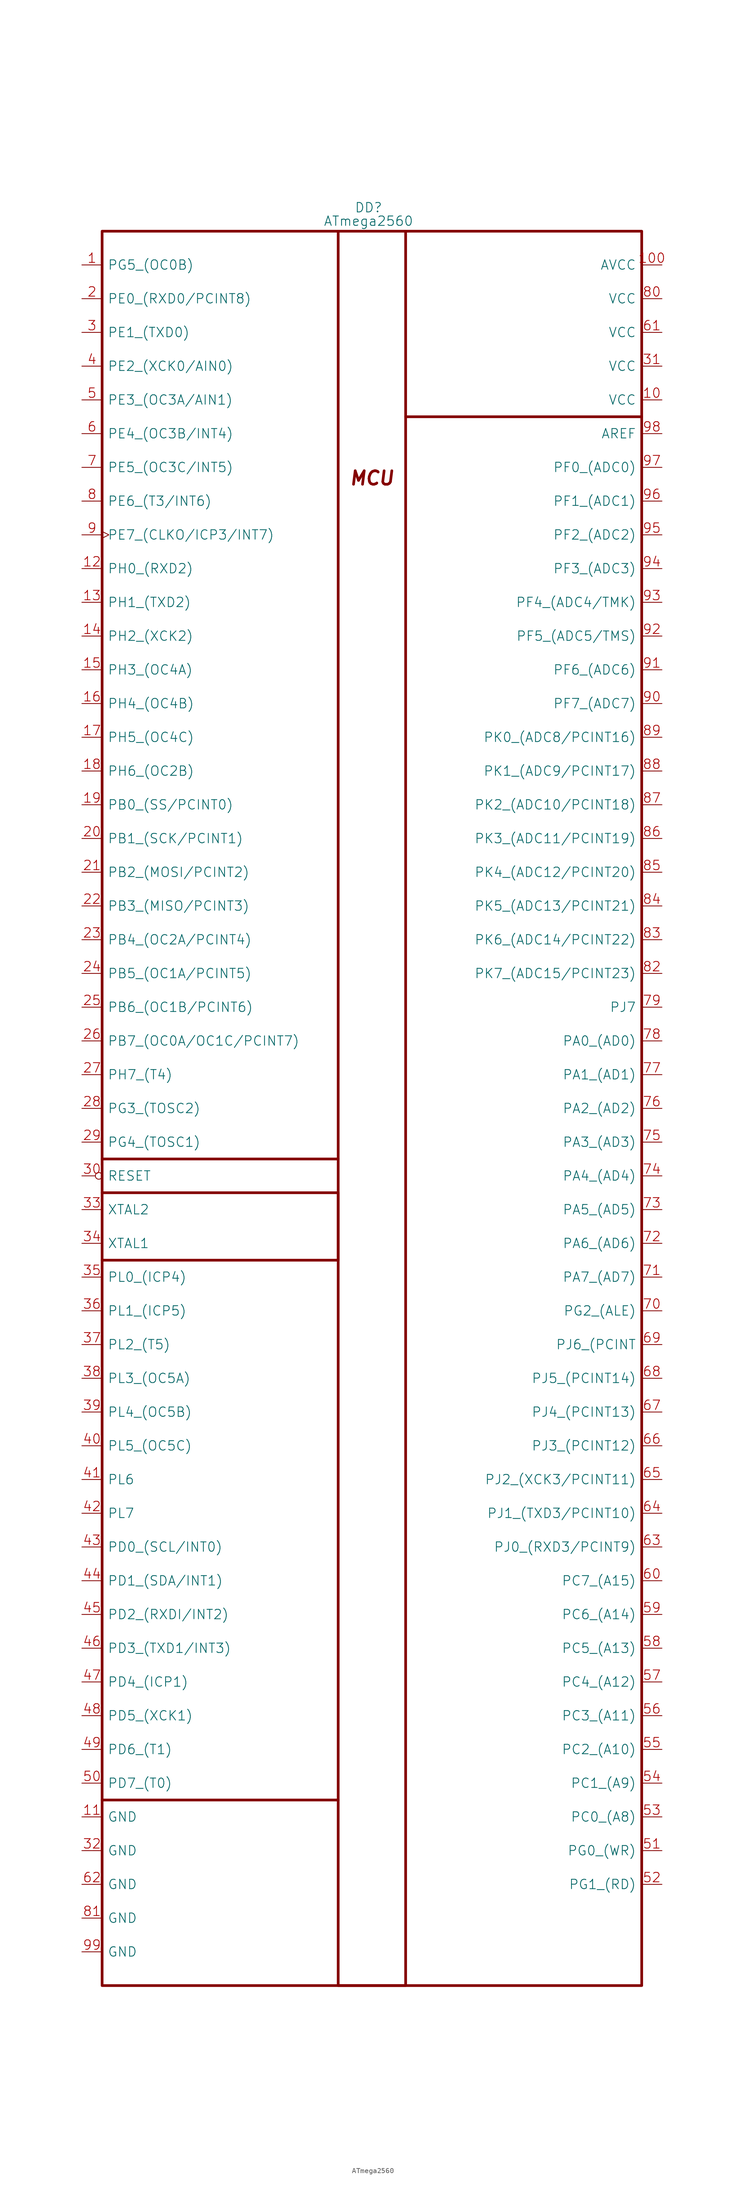
<source format=kicad_sym>
(kicad_symbol_lib
  (version 20211014)
  (generator kicad_symbol_editor)
  (symbol "ATmega2560"
    (pin_names
      (offset 1.016))
    (property "Reference" "DD"
      (at -0.635 56.515 0)
      (effects (font (size 1.778 1.778))))
    (property "Value" "ATmega2560"
      (at -0.635 53.975 0)
      (effects (font (size 1.778 1.778))))
    (symbol "ATmega2560_0_1"
      (rectangle (start -50.8 52.07) (end 50.8 -278.13) (stroke (width 0.508) (type default) (color 0 0 0 0)) (fill (type none)))
      (polyline (pts (xy -50.8 -243.205) (xy -6.35 -243.205)) (stroke (width 0.508) (type default) (color 0 0 0 0)) (fill (type none)))
      (polyline (pts (xy -50.8 -122.555) (xy -6.35 -122.555)) (stroke (width 0.508) (type default) (color 0 0 0 0)) (fill (type none)))
      (polyline (pts (xy 50.8 17.145) (xy 6.35 17.145)) (stroke (width 0.508) (type default) (color 0 0 0 0)) (fill (type none)))
      (polyline (pts (xy -50.8 -128.905) (xy -6.35 -128.905) (xy -6.35 -141.605) (xy -50.8 -141.605)) (stroke (width 0.508) (type default) (color 0 0 0 0)) (fill (type none)))
      (polyline (pts (xy -6.35 52.07) (xy -6.35 -278.13) (xy 6.35 -278.13) (xy 6.35 52.07)) (stroke (width 0.508) (type default) (color 0 0 0 0)) (fill (type none))))
    (symbol "ATmega2560_1_1"
      (text "MCU" (at 0 5.588 0) (effects (font (size 2.54 2.54) bold italic)))
      (pin input line (at -54.61 45.72 0) (length 3.81) (name "PG5_(OC0B)" (effects (font (size 1.778 1.778)))) (number "1" (effects (font (size 1.778 1.778)))))
      (pin power_in line (at 54.61 20.32 180) (length 3.81) (name "VCC" (effects (font (size 1.778 1.778)))) (number "10" (effects (font (size 1.778 1.778)))))
      (pin power_in line (at 54.61 45.72 180) (length 3.81) (name "AVCC" (effects (font (size 1.778 1.778)))) (number "100" (effects (font (size 1.778 1.778)))))
      (pin power_in line (at -54.61 -246.38 0) (length 3.81) (name "GND" (effects (font (size 1.778 1.778)))) (number "11" (effects (font (size 1.778 1.778)))))
      (pin input line (at -54.61 -11.43 0) (length 3.81) (name "PH0_(RXD2)" (effects (font (size 1.778 1.778)))) (number "12" (effects (font (size 1.778 1.778)))))
      (pin input line (at -54.61 -17.78 0) (length 3.81) (name "PH1_(TXD2)" (effects (font (size 1.778 1.778)))) (number "13" (effects (font (size 1.778 1.778)))))
      (pin input line (at -54.61 -24.13 0) (length 3.81) (name "PH2_(XCK2)" (effects (font (size 1.778 1.778)))) (number "14" (effects (font (size 1.778 1.778)))))
      (pin input line (at -54.61 -30.48 0) (length 3.81) (name "PH3_(OC4A)" (effects (font (size 1.778 1.778)))) (number "15" (effects (font (size 1.778 1.778)))))
      (pin input line (at -54.61 -36.83 0) (length 3.81) (name "PH4_(OC4B)" (effects (font (size 1.778 1.778)))) (number "16" (effects (font (size 1.778 1.778)))))
      (pin input line (at -54.61 -43.18 0) (length 3.81) (name "PH5_(OC4C)" (effects (font (size 1.778 1.778)))) (number "17" (effects (font (size 1.778 1.778)))))
      (pin input line (at -54.61 -49.53 0) (length 3.81) (name "PH6_(OC2B)" (effects (font (size 1.778 1.778)))) (number "18" (effects (font (size 1.778 1.778)))))
      (pin input line (at -54.61 -55.88 0) (length 3.81) (name "PB0_(SS/PCINT0)" (effects (font (size 1.778 1.778)))) (number "19" (effects (font (size 1.778 1.778)))))
      (pin input line (at -54.61 39.37 0) (length 3.81) (name "PE0_(RXD0/PCINT8)" (effects (font (size 1.778 1.778)))) (number "2" (effects (font (size 1.778 1.778)))))
      (pin input line (at -54.61 -62.23 0) (length 3.81) (name "PB1_(SCK/PCINT1)" (effects (font (size 1.778 1.778)))) (number "20" (effects (font (size 1.778 1.778)))))
      (pin input line (at -54.61 -68.58 0) (length 3.81) (name "PB2_(MOSI/PCINT2)" (effects (font (size 1.778 1.778)))) (number "21" (effects (font (size 1.778 1.778)))))
      (pin input line (at -54.61 -74.93 0) (length 3.81) (name "PB3_(MISO/PCINT3)" (effects (font (size 1.778 1.778)))) (number "22" (effects (font (size 1.778 1.778)))))
      (pin input line (at -54.61 -81.28 0) (length 3.81) (name "PB4_(OC2A/PCINT4)" (effects (font (size 1.778 1.778)))) (number "23" (effects (font (size 1.778 1.778)))))
      (pin input line (at -54.61 -87.63 0) (length 3.81) (name "PB5_(OC1A/PCINT5)" (effects (font (size 1.778 1.778)))) (number "24" (effects (font (size 1.778 1.778)))))
      (pin input line (at -54.61 -93.98 0) (length 3.81) (name "PB6_(OC1B/PCINT6)" (effects (font (size 1.778 1.778)))) (number "25" (effects (font (size 1.778 1.778)))))
      (pin input line (at -54.61 -100.33 0) (length 3.81) (name "PB7_(OC0A/OC1C/PCINT7)" (effects (font (size 1.778 1.778)))) (number "26" (effects (font (size 1.778 1.778)))))
      (pin input line (at -54.61 -106.68 0) (length 3.81) (name "PH7_(T4)" (effects (font (size 1.778 1.778)))) (number "27" (effects (font (size 1.778 1.778)))))
      (pin input line (at -54.61 -113.03 0) (length 3.81) (name "PG3_(TOSC2)" (effects (font (size 1.778 1.778)))) (number "28" (effects (font (size 1.778 1.778)))))
      (pin input line (at -54.61 -119.38 0) (length 3.81) (name "PG4_(TOSC1)" (effects (font (size 1.778 1.778)))) (number "29" (effects (font (size 1.778 1.778)))))
      (pin input line (at -54.61 33.02 0) (length 3.81) (name "PE1_(TXD0)" (effects (font (size 1.778 1.778)))) (number "3" (effects (font (size 1.778 1.778)))))
      (pin input inverted (at -54.61 -125.73 0) (length 3.81) (name "RESET" (effects (font (size 1.778 1.778)))) (number "30" (effects (font (size 1.778 1.778)))))
      (pin power_in line (at 54.61 26.67 180) (length 3.81) (name "VCC" (effects (font (size 1.778 1.778)))) (number "31" (effects (font (size 1.778 1.778)))))
      (pin power_in line (at -54.61 -252.73 0) (length 3.81) (name "GND" (effects (font (size 1.778 1.778)))) (number "32" (effects (font (size 1.778 1.778)))))
      (pin input line (at -54.61 -132.08 0) (length 3.81) (name "XTAL2" (effects (font (size 1.778 1.778)))) (number "33" (effects (font (size 1.778 1.778)))))
      (pin input line (at -54.61 -138.43 0) (length 3.81) (name "XTAL1" (effects (font (size 1.778 1.778)))) (number "34" (effects (font (size 1.778 1.778)))))
      (pin input line (at -54.61 -144.78 0) (length 3.81) (name "PL0_(ICP4)" (effects (font (size 1.778 1.778)))) (number "35" (effects (font (size 1.778 1.778)))))
      (pin input line (at -54.61 -151.13 0) (length 3.81) (name "PL1_(ICP5)" (effects (font (size 1.778 1.778)))) (number "36" (effects (font (size 1.778 1.778)))))
      (pin input line (at -54.61 -157.48 0) (length 3.81) (name "PL2_(T5)" (effects (font (size 1.778 1.778)))) (number "37" (effects (font (size 1.778 1.778)))))
      (pin input line (at -54.61 -163.83 0) (length 3.81) (name "PL3_(OC5A)" (effects (font (size 1.778 1.778)))) (number "38" (effects (font (size 1.778 1.778)))))
      (pin input line (at -54.61 -170.18 0) (length 3.81) (name "PL4_(OC5B)" (effects (font (size 1.778 1.778)))) (number "39" (effects (font (size 1.778 1.778)))))
      (pin input line (at -54.61 26.67 0) (length 3.81) (name "PE2_(XCK0/AIN0)" (effects (font (size 1.778 1.778)))) (number "4" (effects (font (size 1.778 1.778)))))
      (pin input line (at -54.61 -176.53 0) (length 3.81) (name "PL5_(OC5C)" (effects (font (size 1.778 1.778)))) (number "40" (effects (font (size 1.778 1.778)))))
      (pin input line (at -54.61 -182.88 0) (length 3.81) (name "PL6" (effects (font (size 1.778 1.778)))) (number "41" (effects (font (size 1.778 1.778)))))
      (pin input line (at -54.61 -189.23 0) (length 3.81) (name "PL7" (effects (font (size 1.778 1.778)))) (number "42" (effects (font (size 1.778 1.778)))))
      (pin input line (at -54.61 -195.58 0) (length 3.81) (name "PD0_(SCL/INT0)" (effects (font (size 1.778 1.778)))) (number "43" (effects (font (size 1.778 1.778)))))
      (pin input line (at -54.61 -201.93 0) (length 3.81) (name "PD1_(SDA/INT1)" (effects (font (size 1.778 1.778)))) (number "44" (effects (font (size 1.778 1.778)))))
      (pin input line (at -54.61 -208.28 0) (length 3.81) (name "PD2_(RXDI/INT2)" (effects (font (size 1.778 1.778)))) (number "45" (effects (font (size 1.778 1.778)))))
      (pin input line (at -54.61 -214.63 0) (length 3.81) (name "PD3_(TXD1/INT3)" (effects (font (size 1.778 1.778)))) (number "46" (effects (font (size 1.778 1.778)))))
      (pin input line (at -54.61 -220.98 0) (length 3.81) (name "PD4_(ICP1)" (effects (font (size 1.778 1.778)))) (number "47" (effects (font (size 1.778 1.778)))))
      (pin input line (at -54.61 -227.33 0) (length 3.81) (name "PD5_(XCK1)" (effects (font (size 1.778 1.778)))) (number "48" (effects (font (size 1.778 1.778)))))
      (pin input line (at -54.61 -233.68 0) (length 3.81) (name "PD6_(T1)" (effects (font (size 1.778 1.778)))) (number "49" (effects (font (size 1.778 1.778)))))
      (pin input line (at -54.61 20.32 0) (length 3.81) (name "PE3_(OC3A/AIN1)" (effects (font (size 1.778 1.778)))) (number "5" (effects (font (size 1.778 1.778)))))
      (pin input line (at -54.61 -240.03 0) (length 3.81) (name "PD7_(T0)" (effects (font (size 1.778 1.778)))) (number "50" (effects (font (size 1.778 1.778)))))
      (pin input line (at 54.61 -252.73 180) (length 3.81) (name "PG0_(WR)" (effects (font (size 1.778 1.778)))) (number "51" (effects (font (size 1.778 1.778)))))
      (pin input line (at 54.61 -259.08 180) (length 3.81) (name "PG1_(RD)" (effects (font (size 1.778 1.778)))) (number "52" (effects (font (size 1.778 1.778)))))
      (pin input line (at 54.61 -246.38 180) (length 3.81) (name "PC0_(A8)" (effects (font (size 1.778 1.778)))) (number "53" (effects (font (size 1.778 1.778)))))
      (pin input line (at 54.61 -240.03 180) (length 3.81) (name "PC1_(A9)" (effects (font (size 1.778 1.778)))) (number "54" (effects (font (size 1.778 1.778)))))
      (pin input line (at 54.61 -233.68 180) (length 3.81) (name "PC2_(A10)" (effects (font (size 1.778 1.778)))) (number "55" (effects (font (size 1.778 1.778)))))
      (pin input line (at 54.61 -227.33 180) (length 3.81) (name "PC3_(A11)" (effects (font (size 1.778 1.778)))) (number "56" (effects (font (size 1.778 1.778)))))
      (pin input line (at 54.61 -220.98 180) (length 3.81) (name "PC4_(A12)" (effects (font (size 1.778 1.778)))) (number "57" (effects (font (size 1.778 1.778)))))
      (pin input line (at 54.61 -214.63 180) (length 3.81) (name "PC5_(A13)" (effects (font (size 1.778 1.778)))) (number "58" (effects (font (size 1.778 1.778)))))
      (pin input line (at 54.61 -208.28 180) (length 3.81) (name "PC6_(A14)" (effects (font (size 1.778 1.778)))) (number "59" (effects (font (size 1.778 1.778)))))
      (pin input line (at -54.61 13.97 0) (length 3.81) (name "PE4_(OC3B/INT4)" (effects (font (size 1.778 1.778)))) (number "6" (effects (font (size 1.778 1.778)))))
      (pin input line (at 54.61 -201.93 180) (length 3.81) (name "PC7_(A15)" (effects (font (size 1.778 1.778)))) (number "60" (effects (font (size 1.778 1.778)))))
      (pin power_in line (at 54.61 33.02 180) (length 3.81) (name "VCC" (effects (font (size 1.778 1.778)))) (number "61" (effects (font (size 1.778 1.778)))))
      (pin power_in line (at -54.61 -259.08 0) (length 3.81) (name "GND" (effects (font (size 1.778 1.778)))) (number "62" (effects (font (size 1.778 1.778)))))
      (pin input line (at 54.61 -195.58 180) (length 3.81) (name "PJ0_(RXD3/PCINT9)" (effects (font (size 1.778 1.778)))) (number "63" (effects (font (size 1.778 1.778)))))
      (pin input line (at 54.61 -189.23 180) (length 3.81) (name "PJ1_(TXD3/PCINT10)" (effects (font (size 1.778 1.778)))) (number "64" (effects (font (size 1.778 1.778)))))
      (pin input line (at 54.61 -182.88 180) (length 3.81) (name "PJ2_(XCK3/PCINT11)" (effects (font (size 1.778 1.778)))) (number "65" (effects (font (size 1.778 1.778)))))
      (pin input line (at 54.61 -176.53 180) (length 3.81) (name "PJ3_(PCINT12)" (effects (font (size 1.778 1.778)))) (number "66" (effects (font (size 1.778 1.778)))))
      (pin input line (at 54.61 -170.18 180) (length 3.81) (name "PJ4_(PCINT13)" (effects (font (size 1.778 1.778)))) (number "67" (effects (font (size 1.778 1.778)))))
      (pin input line (at 54.61 -163.83 180) (length 3.81) (name "PJ5_(PCINT14)" (effects (font (size 1.778 1.778)))) (number "68" (effects (font (size 1.778 1.778)))))
      (pin input line (at 54.61 -157.48 180) (length 3.81) (name "PJ6_(PCINT" (effects (font (size 1.778 1.778)))) (number "69" (effects (font (size 1.778 1.778)))))
      (pin input line (at -54.61 7.62 0) (length 3.81) (name "PE5_(OC3C/INT5)" (effects (font (size 1.778 1.778)))) (number "7" (effects (font (size 1.778 1.778)))))
      (pin input line (at 54.61 -151.13 180) (length 3.81) (name "PG2_(ALE)" (effects (font (size 1.778 1.778)))) (number "70" (effects (font (size 1.778 1.778)))))
      (pin input line (at 54.61 -144.78 180) (length 3.81) (name "PA7_(AD7)" (effects (font (size 1.778 1.778)))) (number "71" (effects (font (size 1.778 1.778)))))
      (pin input line (at 54.61 -138.43 180) (length 3.81) (name "PA6_(AD6)" (effects (font (size 1.778 1.778)))) (number "72" (effects (font (size 1.778 1.778)))))
      (pin input line (at 54.61 -132.08 180) (length 3.81) (name "PA5_(AD5)" (effects (font (size 1.778 1.778)))) (number "73" (effects (font (size 1.778 1.778)))))
      (pin input line (at 54.61 -125.73 180) (length 3.81) (name "PA4_(AD4)" (effects (font (size 1.778 1.778)))) (number "74" (effects (font (size 1.778 1.778)))))
      (pin input line (at 54.61 -119.38 180) (length 3.81) (name "PA3_(AD3)" (effects (font (size 1.778 1.778)))) (number "75" (effects (font (size 1.778 1.778)))))
      (pin input line (at 54.61 -113.03 180) (length 3.81) (name "PA2_(AD2)" (effects (font (size 1.778 1.778)))) (number "76" (effects (font (size 1.778 1.778)))))
      (pin input line (at 54.61 -106.68 180) (length 3.81) (name "PA1_(AD1)" (effects (font (size 1.778 1.778)))) (number "77" (effects (font (size 1.778 1.778)))))
      (pin input line (at 54.61 -100.33 180) (length 3.81) (name "PA0_(AD0)" (effects (font (size 1.778 1.778)))) (number "78" (effects (font (size 1.778 1.778)))))
      (pin input line (at 54.61 -93.98 180) (length 3.81) (name "PJ7" (effects (font (size 1.778 1.778)))) (number "79" (effects (font (size 1.778 1.778)))))
      (pin input line (at -54.61 1.27 0) (length 3.81) (name "PE6_(T3/INT6)" (effects (font (size 1.778 1.778)))) (number "8" (effects (font (size 1.778 1.778)))))
      (pin power_in line (at 54.61 39.37 180) (length 3.81) (name "VCC" (effects (font (size 1.778 1.778)))) (number "80" (effects (font (size 1.778 1.778)))))
      (pin power_in line (at -54.61 -265.43 0) (length 3.81) (name "GND" (effects (font (size 1.778 1.778)))) (number "81" (effects (font (size 1.778 1.778)))))
      (pin input line (at 54.61 -87.63 180) (length 3.81) (name "PK7_(ADC15/PCINT23)" (effects (font (size 1.778 1.778)))) (number "82" (effects (font (size 1.778 1.778)))))
      (pin input line (at 54.61 -81.28 180) (length 3.81) (name "PK6_(ADC14/PCINT22)" (effects (font (size 1.778 1.778)))) (number "83" (effects (font (size 1.778 1.778)))))
      (pin input line (at 54.61 -74.93 180) (length 3.81) (name "PK5_(ADC13/PCINT21)" (effects (font (size 1.778 1.778)))) (number "84" (effects (font (size 1.778 1.778)))))
      (pin input line (at 54.61 -68.58 180) (length 3.81) (name "PK4_(ADC12/PCINT20)" (effects (font (size 1.778 1.778)))) (number "85" (effects (font (size 1.778 1.778)))))
      (pin input line (at 54.61 -62.23 180) (length 3.81) (name "PK3_(ADC11/PCINT19)" (effects (font (size 1.778 1.778)))) (number "86" (effects (font (size 1.778 1.778)))))
      (pin input line (at 54.61 -55.88 180) (length 3.81) (name "PK2_(ADC10/PCINT18)" (effects (font (size 1.778 1.778)))) (number "87" (effects (font (size 1.778 1.778)))))
      (pin input line (at 54.61 -49.53 180) (length 3.81) (name "PK1_(ADC9/PCINT17)" (effects (font (size 1.778 1.778)))) (number "88" (effects (font (size 1.778 1.778)))))
      (pin input line (at 54.61 -43.18 180) (length 3.81) (name "PK0_(ADC8/PCINT16)" (effects (font (size 1.778 1.778)))) (number "89" (effects (font (size 1.778 1.778)))))
      (pin input clock (at -54.61 -5.08 0) (length 3.81) (name "PE7_(CLKO/ICP3/INT7)" (effects (font (size 1.778 1.778)))) (number "9" (effects (font (size 1.778 1.778)))))
      (pin input line (at 54.61 -36.83 180) (length 3.81) (name "PF7_(ADC7)" (effects (font (size 1.778 1.778)))) (number "90" (effects (font (size 1.778 1.778)))))
      (pin input line (at 54.61 -30.48 180) (length 3.81) (name "PF6_(ADC6)" (effects (font (size 1.778 1.778)))) (number "91" (effects (font (size 1.778 1.778)))))
      (pin input line (at 54.61 -24.13 180) (length 3.81) (name "PF5_(ADC5/TMS)" (effects (font (size 1.778 1.778)))) (number "92" (effects (font (size 1.778 1.778)))))
      (pin input line (at 54.61 -17.78 180) (length 3.81) (name "PF4_(ADC4/TMK)" (effects (font (size 1.778 1.778)))) (number "93" (effects (font (size 1.778 1.778)))))
      (pin input line (at 54.61 -11.43 180) (length 3.81) (name "PF3_(ADC3)" (effects (font (size 1.778 1.778)))) (number "94" (effects (font (size 1.778 1.778)))))
      (pin input line (at 54.61 -5.08 180) (length 3.81) (name "PF2_(ADC2)" (effects (font (size 1.778 1.778)))) (number "95" (effects (font (size 1.778 1.778)))))
      (pin input line (at 54.61 1.27 180) (length 3.81) (name "PF1_(ADC1)" (effects (font (size 1.778 1.778)))) (number "96" (effects (font (size 1.778 1.778)))))
      (pin input line (at 54.61 7.62 180) (length 3.81) (name "PF0_(ADC0)" (effects (font (size 1.778 1.778)))) (number "97" (effects (font (size 1.778 1.778)))))
      (pin input line (at 54.61 13.97 180) (length 3.81) (name "AREF" (effects (font (size 1.778 1.778)))) (number "98" (effects (font (size 1.778 1.778)))))
      (pin power_in line (at -54.61 -271.78 0) (length 3.81) (name "GND" (effects (font (size 1.778 1.778)))) (number "99" (effects (font (size 1.778 1.778))))))))
</source>
